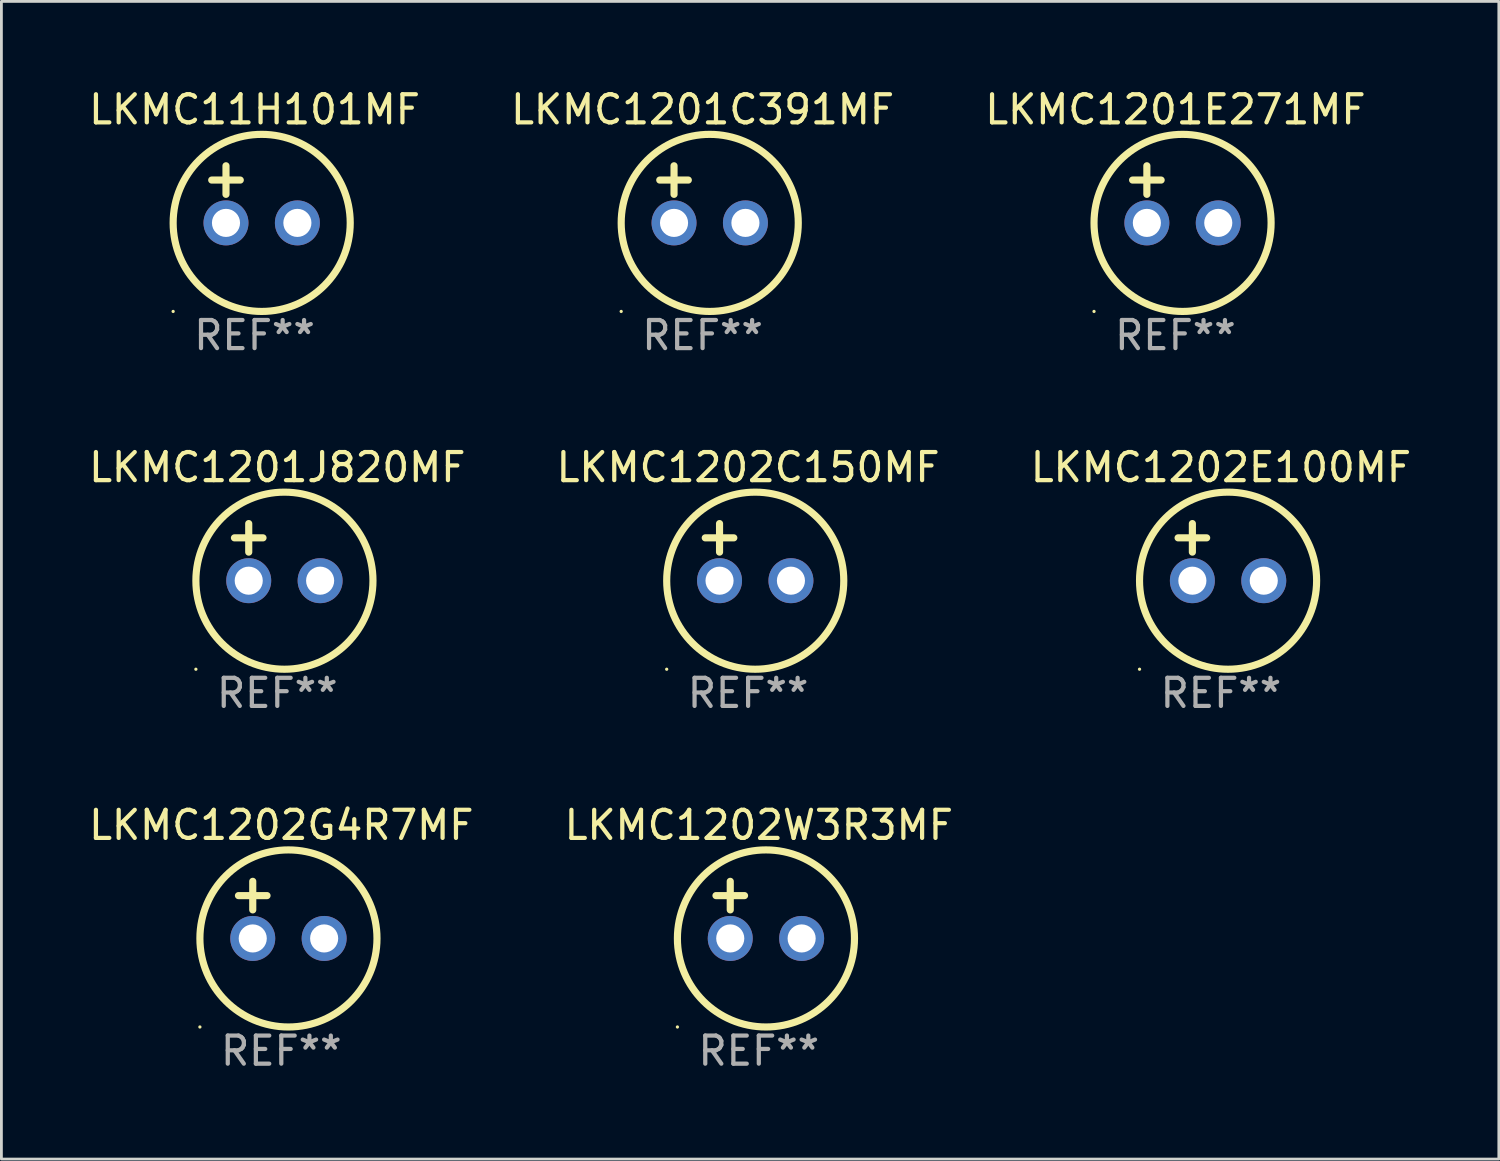
<source format=kicad_pcb>
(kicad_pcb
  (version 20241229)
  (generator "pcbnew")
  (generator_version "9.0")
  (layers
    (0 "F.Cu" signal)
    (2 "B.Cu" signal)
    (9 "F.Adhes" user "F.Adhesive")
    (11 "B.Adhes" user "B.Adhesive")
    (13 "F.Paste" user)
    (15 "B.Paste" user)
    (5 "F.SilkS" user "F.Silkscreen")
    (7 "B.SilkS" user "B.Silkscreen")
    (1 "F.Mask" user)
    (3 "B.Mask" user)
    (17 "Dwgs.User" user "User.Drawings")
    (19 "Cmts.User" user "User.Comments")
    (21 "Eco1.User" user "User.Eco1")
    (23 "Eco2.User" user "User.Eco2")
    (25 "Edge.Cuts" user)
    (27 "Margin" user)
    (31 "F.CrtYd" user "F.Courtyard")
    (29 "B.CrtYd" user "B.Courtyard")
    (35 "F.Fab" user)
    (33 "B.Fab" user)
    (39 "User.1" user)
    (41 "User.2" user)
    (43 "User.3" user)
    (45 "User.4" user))
  (footprint "LKMC1202E100MF"
    (layer "F.Cu")
    (at 40.387 16.593)
    (property "Reference" "LKMC1202E100MF" (at 0 -3.016 0) (layer "F.SilkS") (effects (font (size 1 1) (thickness 0.15))))
    (attr through_hole)
    (fp_line (start -1.524 -0.508) (end -0.508 -0.508) (stroke (width 0.254) (type solid)) (layer "F.SilkS"))
    (fp_line (start -1.016 -1.016) (end -1.016 0) (stroke (width 0.254) (type solid)) (layer "F.SilkS"))
    (fp_circle (center -2.896 4.166) (end -2.866 4.166) (stroke (width 0.06) (type solid)) (fill no) (layer "F.SilkS"))
    (fp_circle (center 0.254 1.016) (end 3.404 1.016) (stroke (width 0.254) (type solid)) (fill no) (layer "F.SilkS"))
    (fp_text user "REF**" (at 0 5.016 0) (layer "F.Fab") (effects (font (size 1 1) (thickness 0.15))))
    (pad "1" thru_hole circle (at -1.016 1.016) (size 1.6 1.6) (drill 1) (layers "*.Cu" "*.Mask"))
    (pad "2" thru_hole circle (at 1.524 1.016) (size 1.6 1.6) (drill 1) (layers "*.Cu" "*.Mask")))
  (footprint "LKMC1202C150MF"
    (layer "F.Cu")
    (at 23.565 16.593)
    (property "Reference" "LKMC1202C150MF" (at 0 -3.016 0) (layer "F.SilkS") (effects (font (size 1 1) (thickness 0.15))))
    (attr through_hole)
    (fp_line (start -1.524 -0.508) (end -0.508 -0.508) (stroke (width 0.254) (type solid)) (layer "F.SilkS"))
    (fp_line (start -1.016 -1.016) (end -1.016 0) (stroke (width 0.254) (type solid)) (layer "F.SilkS"))
    (fp_circle (center -2.896 4.166) (end -2.866 4.166) (stroke (width 0.06) (type solid)) (fill no) (layer "F.SilkS"))
    (fp_circle (center 0.254 1.016) (end 3.404 1.016) (stroke (width 0.254) (type solid)) (fill no) (layer "F.SilkS"))
    (fp_text user "REF**" (at 0 5.016 0) (layer "F.Fab") (effects (font (size 1 1) (thickness 0.15))))
    (pad "1" thru_hole circle (at -1.016 1.016) (size 1.6 1.6) (drill 1) (layers "*.Cu" "*.Mask"))
    (pad "2" thru_hole circle (at 1.524 1.016) (size 1.6 1.6) (drill 1) (layers "*.Cu" "*.Mask")))
  (footprint "LKMC1201E271MF"
    (layer "F.Cu")
    (at 38.768 3.864)
    (property "Reference" "LKMC1201E271MF" (at 0 -3.016 0) (layer "F.SilkS") (effects (font (size 1 1) (thickness 0.15))))
    (attr through_hole)
    (fp_line (start -1.524 -0.508) (end -0.508 -0.508) (stroke (width 0.254) (type solid)) (layer "F.SilkS"))
    (fp_line (start -1.016 -1.016) (end -1.016 0) (stroke (width 0.254) (type solid)) (layer "F.SilkS"))
    (fp_circle (center -2.896 4.166) (end -2.866 4.166) (stroke (width 0.06) (type solid)) (fill no) (layer "F.SilkS"))
    (fp_circle (center 0.254 1.016) (end 3.404 1.016) (stroke (width 0.254) (type solid)) (fill no) (layer "F.SilkS"))
    (fp_text user "REF**" (at 0 5.016 0) (layer "F.Fab") (effects (font (size 1 1) (thickness 0.15))))
    (pad "1" thru_hole circle (at -1.016 1.016) (size 1.6 1.6) (drill 1) (layers "*.Cu" "*.Mask"))
    (pad "2" thru_hole circle (at 1.524 1.016) (size 1.6 1.6) (drill 1) (layers "*.Cu" "*.Mask")))
  (footprint "LKMC1202G4R7MF"
    (layer "F.Cu")
    (at 6.958 29.321)
    (property "Reference" "LKMC1202G4R7MF" (at 0 -3.016 0) (layer "F.SilkS") (effects (font (size 1 1) (thickness 0.15))))
    (attr through_hole)
    (fp_line (start -1.524 -0.508) (end -0.508 -0.508) (stroke (width 0.254) (type solid)) (layer "F.SilkS"))
    (fp_line (start -1.016 -1.016) (end -1.016 0) (stroke (width 0.254) (type solid)) (layer "F.SilkS"))
    (fp_circle (center -2.896 4.166) (end -2.866 4.166) (stroke (width 0.06) (type solid)) (fill no) (layer "F.SilkS"))
    (fp_circle (center 0.254 1.016) (end 3.404 1.016) (stroke (width 0.254) (type solid)) (fill no) (layer "F.SilkS"))
    (fp_text user "REF**" (at 0 5.016 0) (layer "F.Fab") (effects (font (size 1 1) (thickness 0.15))))
    (pad "1" thru_hole circle (at -1.016 1.016) (size 1.6 1.6) (drill 1) (layers "*.Cu" "*.Mask"))
    (pad "2" thru_hole circle (at 1.524 1.016) (size 1.6 1.6) (drill 1) (layers "*.Cu" "*.Mask")))
  (footprint "LKMC11H101MF"
    (layer "F.Cu")
    (at 6.006 3.864)
    (property "Reference" "LKMC11H101MF" (at 0 -3.016 0) (layer "F.SilkS") (effects (font (size 1 1) (thickness 0.15))))
    (attr through_hole)
    (fp_line (start -1.524 -0.508) (end -0.508 -0.508) (stroke (width 0.254) (type solid)) (layer "F.SilkS"))
    (fp_line (start -1.016 -1.016) (end -1.016 0) (stroke (width 0.254) (type solid)) (layer "F.SilkS"))
    (fp_circle (center -2.896 4.166) (end -2.866 4.166) (stroke (width 0.06) (type solid)) (fill no) (layer "F.SilkS"))
    (fp_circle (center 0.254 1.016) (end 3.404 1.016) (stroke (width 0.254) (type solid)) (fill no) (layer "F.SilkS"))
    (fp_text user "REF**" (at 0 5.016 0) (layer "F.Fab") (effects (font (size 1 1) (thickness 0.15))))
    (pad "1" thru_hole circle (at -1.016 1.016) (size 1.6 1.6) (drill 1) (layers "*.Cu" "*.Mask"))
    (pad "2" thru_hole circle (at 1.524 1.016) (size 1.6 1.6) (drill 1) (layers "*.Cu" "*.Mask")))
  (footprint "LKMC1202W3R3MF"
    (layer "F.Cu")
    (at 23.946 29.321)
    (property "Reference" "LKMC1202W3R3MF" (at 0 -3.016 0) (layer "F.SilkS") (effects (font (size 1 1) (thickness 0.15))))
    (attr through_hole)
    (fp_line (start -1.524 -0.508) (end -0.508 -0.508) (stroke (width 0.254) (type solid)) (layer "F.SilkS"))
    (fp_line (start -1.016 -1.016) (end -1.016 0) (stroke (width 0.254) (type solid)) (layer "F.SilkS"))
    (fp_circle (center -2.896 4.166) (end -2.866 4.166) (stroke (width 0.06) (type solid)) (fill no) (layer "F.SilkS"))
    (fp_circle (center 0.254 1.016) (end 3.404 1.016) (stroke (width 0.254) (type solid)) (fill no) (layer "F.SilkS"))
    (fp_text user "REF**" (at 0 5.016 0) (layer "F.Fab") (effects (font (size 1 1) (thickness 0.15))))
    (pad "1" thru_hole circle (at -1.016 1.016) (size 1.6 1.6) (drill 1) (layers "*.Cu" "*.Mask"))
    (pad "2" thru_hole circle (at 1.524 1.016) (size 1.6 1.6) (drill 1) (layers "*.Cu" "*.Mask")))
  (footprint "LKMC1201C391MF"
    (layer "F.Cu")
    (at 21.946 3.864)
    (property "Reference" "LKMC1201C391MF" (at 0 -3.016 0) (layer "F.SilkS") (effects (font (size 1 1) (thickness 0.15))))
    (attr through_hole)
    (fp_line (start -1.524 -0.508) (end -0.508 -0.508) (stroke (width 0.254) (type solid)) (layer "F.SilkS"))
    (fp_line (start -1.016 -1.016) (end -1.016 0) (stroke (width 0.254) (type solid)) (layer "F.SilkS"))
    (fp_circle (center -2.896 4.166) (end -2.866 4.166) (stroke (width 0.06) (type solid)) (fill no) (layer "F.SilkS"))
    (fp_circle (center 0.254 1.016) (end 3.404 1.016) (stroke (width 0.254) (type solid)) (fill no) (layer "F.SilkS"))
    (fp_text user "REF**" (at 0 5.016 0) (layer "F.Fab") (effects (font (size 1 1) (thickness 0.15))))
    (pad "1" thru_hole circle (at -1.016 1.016) (size 1.6 1.6) (drill 1) (layers "*.Cu" "*.Mask"))
    (pad "2" thru_hole circle (at 1.524 1.016) (size 1.6 1.6) (drill 1) (layers "*.Cu" "*.Mask")))
  (footprint "LKMC1201J820MF"
    (layer "F.Cu")
    (at 6.815 16.593)
    (property "Reference" "LKMC1201J820MF" (at 0 -3.016 0) (layer "F.SilkS") (effects (font (size 1 1) (thickness 0.15))))
    (attr through_hole)
    (fp_line (start -1.524 -0.508) (end -0.508 -0.508) (stroke (width 0.254) (type solid)) (layer "F.SilkS"))
    (fp_line (start -1.016 -1.016) (end -1.016 0) (stroke (width 0.254) (type solid)) (layer "F.SilkS"))
    (fp_circle (center -2.896 4.166) (end -2.866 4.166) (stroke (width 0.06) (type solid)) (fill no) (layer "F.SilkS"))
    (fp_circle (center 0.254 1.016) (end 3.404 1.016) (stroke (width 0.254) (type solid)) (fill no) (layer "F.SilkS"))
    (fp_text user "REF**" (at 0 5.016 0) (layer "F.Fab") (effects (font (size 1 1) (thickness 0.15))))
    (pad "1" thru_hole circle (at -1.016 1.016) (size 1.6 1.6) (drill 1) (layers "*.Cu" "*.Mask"))
    (pad "2" thru_hole circle (at 1.524 1.016) (size 1.6 1.6) (drill 1) (layers "*.Cu" "*.Mask")))
  (gr_rect
    (start -3 -3)
    (end 50.274 38.186)
    (stroke (width 0.1) (type default))
    (fill no)
    (layer "Edge.Cuts")))
</source>
